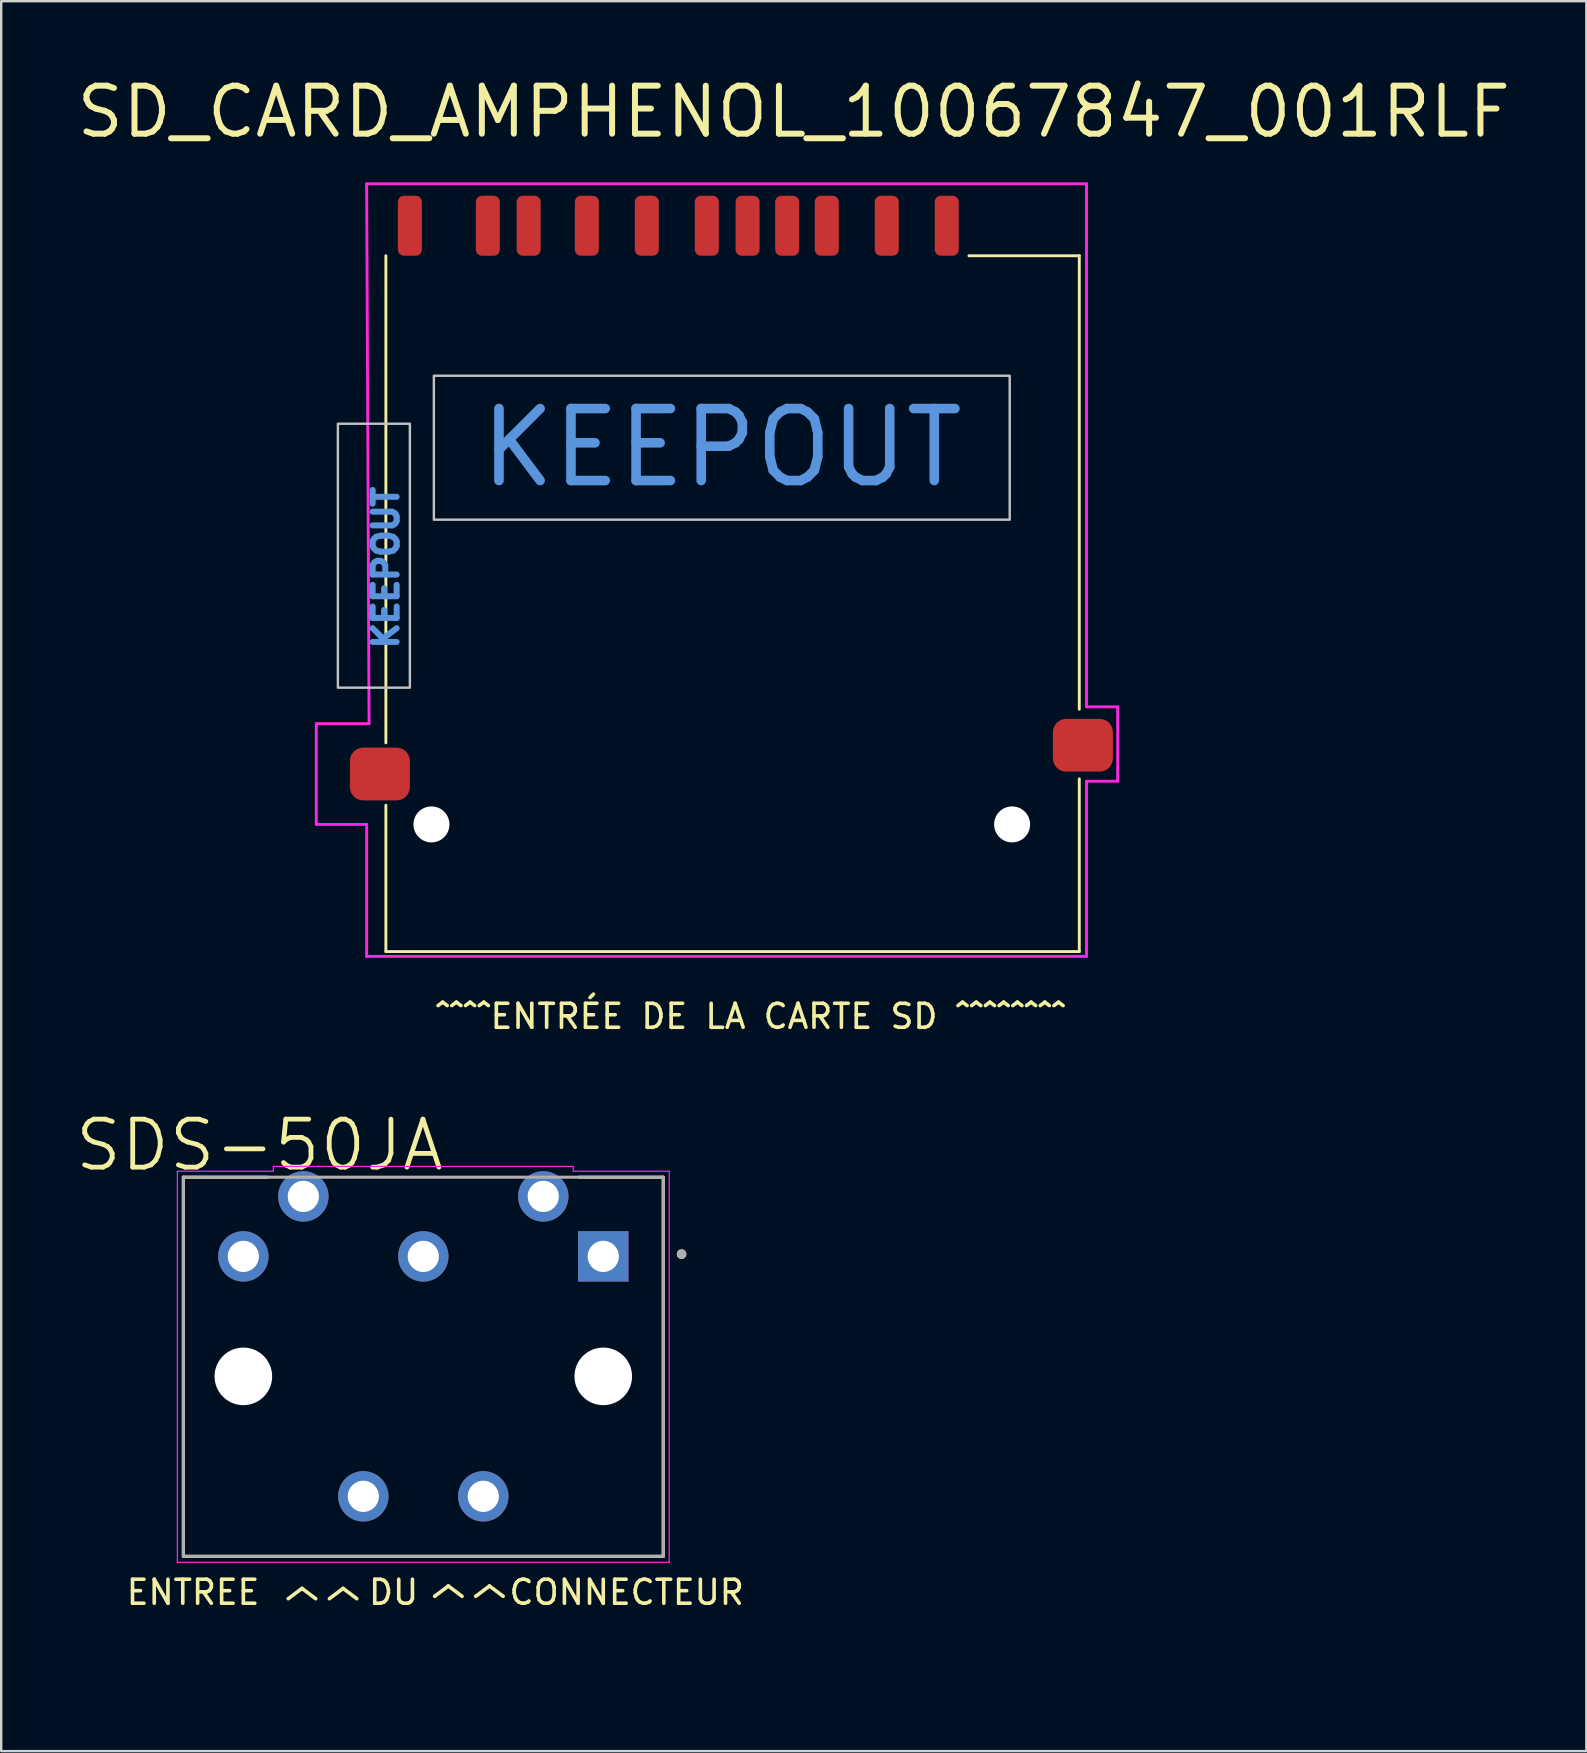
<source format=kicad_pcb>
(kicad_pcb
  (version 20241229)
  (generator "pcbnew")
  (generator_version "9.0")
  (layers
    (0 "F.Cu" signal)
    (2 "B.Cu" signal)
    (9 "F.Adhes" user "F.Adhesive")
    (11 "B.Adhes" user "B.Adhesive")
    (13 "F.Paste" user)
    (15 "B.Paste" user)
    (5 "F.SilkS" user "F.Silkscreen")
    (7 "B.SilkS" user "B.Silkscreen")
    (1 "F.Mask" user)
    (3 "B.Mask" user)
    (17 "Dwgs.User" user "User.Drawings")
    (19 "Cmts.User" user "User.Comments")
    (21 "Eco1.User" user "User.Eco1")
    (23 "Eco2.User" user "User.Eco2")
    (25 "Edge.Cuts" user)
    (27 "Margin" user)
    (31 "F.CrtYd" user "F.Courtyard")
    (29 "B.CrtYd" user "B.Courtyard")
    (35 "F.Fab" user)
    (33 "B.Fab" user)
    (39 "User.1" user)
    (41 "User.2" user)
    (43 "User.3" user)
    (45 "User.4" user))
  (footprint "SD_CARD_AMPHENOL_10067847_001RLF"
    (layer "F.Cu")
    (at 27.032 7.609)
    (property "Reference" "SD_CARD_AMPHENOL_10067847_001RLF" (at 3 -6 0) (layer "F.SilkS") (effects (font (size 2 2) (thickness 0.25))))
    (attr through_hole)
    (fp_line (start -14 20.3) (end -14 0) (stroke (width 0.12) (type solid)) (layer "F.SilkS"))
    (fp_line (start -14 29) (end -14 22.9) (stroke (width 0.12) (type solid)) (layer "F.SilkS"))
    (fp_line (start 10.3 0) (end 14.9 0) (stroke (width 0.12) (type solid)) (layer "F.SilkS"))
    (fp_line (start 14.9 0) (end 14.9 18.9) (stroke (width 0.12) (type solid)) (layer "F.SilkS"))
    (fp_line (start 14.9 21.8) (end 14.9 29) (stroke (width 0.12) (type solid)) (layer "F.SilkS"))
    (fp_line (start 14.9 29) (end -14 29) (stroke (width 0.12) (type solid)) (layer "F.SilkS"))
    (fp_poly (pts (xy -13 18) (xy -16 18) (xy -16 7) (xy -13 7)) (stroke (width 0.1) (type solid)) (fill no) (layer "Dwgs.User"))
    (fp_poly (pts (xy 12 11) (xy -12 11) (xy -12 5) (xy 12 5)) (stroke (width 0.1) (type solid)) (fill no) (layer "Dwgs.User"))
    (fp_line (start -16.9 19.5) (end -16.9 23.7) (stroke (width 0.12) (type solid)) (layer "F.CrtYd"))
    (fp_line (start -16.9 23.7) (end -14.8 23.7) (stroke (width 0.12) (type solid)) (layer "F.CrtYd"))
    (fp_line (start -14.8 -3) (end -14.8 -2.9) (stroke (width 0.12) (type solid)) (layer "F.CrtYd"))
    (fp_line (start -14.8 -2.9) (end -14.7 19.5) (stroke (width 0.12) (type solid)) (layer "F.CrtYd"))
    (fp_line (start -14.8 23.7) (end -14.8 29.2) (stroke (width 0.12) (type solid)) (layer "F.CrtYd"))
    (fp_line (start -14.8 29.2) (end 15.2 29.2) (stroke (width 0.12) (type solid)) (layer "F.CrtYd"))
    (fp_line (start -14.7 19.5) (end -16.9 19.5) (stroke (width 0.12) (type solid)) (layer "F.CrtYd"))
    (fp_line (start 15.2 -3) (end -14.8 -3) (stroke (width 0.12) (type solid)) (layer "F.CrtYd"))
    (fp_line (start 15.2 18.8) (end 15.2 -3) (stroke (width 0.12) (type solid)) (layer "F.CrtYd"))
    (fp_line (start 15.2 21.9) (end 16.5 21.9) (stroke (width 0.12) (type solid)) (layer "F.CrtYd"))
    (fp_line (start 15.2 29.2) (end 15.2 21.9) (stroke (width 0.12) (type solid)) (layer "F.CrtYd"))
    (fp_line (start 16.5 18.8) (end 15.2 18.8) (stroke (width 0.12) (type solid)) (layer "F.CrtYd"))
    (fp_line (start 16.5 21.9) (end 16.5 18.8) (stroke (width 0.12) (type solid)) (layer "F.CrtYd"))
    (fp_text user "^^^^ENTRÉE DE LA CARTE SD ^^^^^^^^" (at 1.2 31.7 0) (layer "F.SilkS") (effects (font (size 1 1) (thickness 0.15))))
    (fp_text user "KEEPOUT" (at -14 13 90) (layer "Cmts.User") (effects (font (size 1 1) (thickness 0.25))))
    (fp_text user "KEEPOUT" (at 0 8 0) (layer "Cmts.User") (effects (font (size 3 3) (thickness 0.4))))
    (pad "" np_thru_hole circle (at -12.1 23.7) (size 1.5 1.5) (drill 1.5) (layers "*.Cu" "*.Mask"))
    (pad "" np_thru_hole circle (at 12.1 23.7) (size 1.5 1.5) (drill 1.5) (layers "*.Cu" "*.Mask"))
    (pad "1" smd roundrect (at 6.875 -1.25) (size 1 2.5) (layers "F.Cu" "F.Mask" "F.Paste") (roundrect_rratio 0.25))
    (pad "2" smd roundrect (at 4.375 -1.25) (size 1 2.5) (layers "F.Cu" "F.Mask" "F.Paste") (roundrect_rratio 0.25))
    (pad "3" smd roundrect (at 1.075 -1.25) (size 1 2.5) (layers "F.Cu" "F.Mask" "F.Paste") (roundrect_rratio 0.25))
    (pad "4" smd roundrect (at -0.625 -1.25) (size 1 2.5) (layers "F.Cu" "F.Mask" "F.Paste") (roundrect_rratio 0.25))
    (pad "5" smd roundrect (at -3.125 -1.25) (size 1 2.5) (layers "F.Cu" "F.Mask" "F.Paste") (roundrect_rratio 0.25))
    (pad "6" smd roundrect (at -5.625 -1.25) (size 1 2.5) (layers "F.Cu" "F.Mask" "F.Paste") (roundrect_rratio 0.25))
    (pad "7" smd roundrect (at -8.05 -1.25) (size 1 2.5) (layers "F.Cu" "F.Mask" "F.Paste") (roundrect_rratio 0.25))
    (pad "8" smd roundrect (at -9.75 -1.25) (size 1 2.5) (layers "F.Cu" "F.Mask" "F.Paste") (roundrect_rratio 0.25))
    (pad "9" smd roundrect (at 9.375 -1.25) (size 1 2.5) (layers "F.Cu" "F.Mask" "F.Paste") (roundrect_rratio 0.25))
    (pad "10" smd roundrect (at 2.725 -1.25) (size 1 2.5) (layers "F.Cu" "F.Mask" "F.Paste") (roundrect_rratio 0.25))
    (pad "11" smd roundrect (at -13 -1.25) (size 1 2.5) (layers "F.Cu" "F.Mask" "F.Paste") (roundrect_rratio 0.25))
    (pad "12" smd roundrect (at -14.25 21.6) (size 2.5 2.2) (layers "F.Cu" "F.Mask" "F.Paste") (roundrect_rratio 0.25))
    (pad "13" smd roundrect (at 15.05 20.4) (size 2.5 2.2) (layers "F.Cu" "F.Mask" "F.Paste") (roundrect_rratio 0.25)))
  (footprint "SDS-50JA"
    (layer "F.Cu")
    (at 14.592 54.313)
    (property "Reference" "SDS-50JA" (at -6.825 -9.635 0) (layer "F.SilkS") (effects (font (size 2 2) (thickness 0.2))))
    (attr through_hole)
    (fp_line (start -10 -8.3) (end -6.5 -8.3) (stroke (width 0.127) (type solid)) (layer "F.SilkS"))
    (fp_line (start -10 7.5) (end -10 -8.3) (stroke (width 0.127) (type solid)) (layer "F.SilkS"))
    (fp_line (start -10 7.5) (end 10 7.5) (stroke (width 0.127) (type solid)) (layer "F.SilkS"))
    (fp_line (start 6.5 -8.3) (end 10 -8.3) (stroke (width 0.127) (type solid)) (layer "F.SilkS"))
    (fp_line (start 10 -8.3) (end 10 7.5) (stroke (width 0.127) (type solid)) (layer "F.SilkS"))
    (fp_circle (center 10.764 -5.094) (end 10.864 -5.094) (stroke (width 0.2) (type solid)) (fill no) (layer "F.SilkS"))
    (fp_line (start -10.25 -8.55) (end -6.25 -8.55) (stroke (width 0.05) (type solid)) (layer "F.CrtYd"))
    (fp_line (start -10.25 7.75) (end -10.25 -8.55) (stroke (width 0.05) (type solid)) (layer "F.CrtYd"))
    (fp_line (start -6.25 -8.75) (end 6.25 -8.75) (stroke (width 0.05) (type solid)) (layer "F.CrtYd"))
    (fp_line (start -6.25 -8.55) (end -6.25 -8.75) (stroke (width 0.05) (type solid)) (layer "F.CrtYd"))
    (fp_line (start 6.25 -8.75) (end 6.25 -8.55) (stroke (width 0.05) (type solid)) (layer "F.CrtYd"))
    (fp_line (start 6.25 -8.55) (end 10.25 -8.55) (stroke (width 0.05) (type solid)) (layer "F.CrtYd"))
    (fp_line (start 10.25 -8.55) (end 10.25 7.75) (stroke (width 0.05) (type solid)) (layer "F.CrtYd"))
    (fp_line (start 10.25 7.75) (end -10.25 7.75) (stroke (width 0.05) (type solid)) (layer "F.CrtYd"))
    (fp_line (start -10 -8.3) (end 10 -8.3) (stroke (width 0.127) (type solid)) (layer "F.Fab"))
    (fp_line (start -10 7.5) (end -10 -8.3) (stroke (width 0.127) (type solid)) (layer "F.Fab"))
    (fp_line (start 10 -8.3) (end 10 7.5) (stroke (width 0.127) (type solid)) (layer "F.Fab"))
    (fp_line (start 10 7.5) (end -10 7.5) (stroke (width 0.127) (type solid)) (layer "F.Fab"))
    (fp_circle (center 10.764 -5.094) (end 10.864 -5.094) (stroke (width 0.2) (type solid)) (fill no) (layer "F.Fab"))
    (fp_text user "^^" (at 1.9 10.5 0) (unlocked yes) (layer "F.SilkS") (effects (font (size 3 3) (thickness 0.15))))
    (fp_text user "^^" (at -4.2 10.6 0) (unlocked yes) (layer "F.SilkS") (effects (font (size 3 3) (thickness 0.15))))
    (fp_text user "ENTREE      DU     CONNECTEUR" (at 0.5 9 0) (unlocked yes) (layer "F.SilkS") (effects (font (size 1 1) (thickness 0.15))))
    (pad "" np_thru_hole circle (at -7.5 0) (size 2.4 2.4) (drill 2.4) (layers "*.Cu" "*.Mask"))
    (pad "" np_thru_hole circle (at 7.5 0) (size 2.4 2.4) (drill 2.4) (layers "*.Cu" "*.Mask"))
    (pad "1" thru_hole rect (at 7.5 -5) (size 2.1 2.1) (drill 1.3) (layers "*.Cu" "*.Mask"))
    (pad "2" thru_hole circle (at 0 -5) (size 2.1 2.1) (drill 1.3) (layers "*.Cu" "*.Mask"))
    (pad "3" thru_hole circle (at -7.5 -5) (size 2.1 2.1) (drill 1.3) (layers "*.Cu" "*.Mask"))
    (pad "4" thru_hole circle (at 5 -7.5) (size 2.1 2.1) (drill 1.3) (layers "*.Cu" "*.Mask"))
    (pad "5" thru_hole circle (at -5 -7.5) (size 2.1 2.1) (drill 1.3) (layers "*.Cu" "*.Mask"))
    (pad "E1" thru_hole circle (at -2.5 5) (size 2.1 2.1) (drill 1.3) (layers "*.Cu" "*.Mask"))
    (pad "E2" thru_hole circle (at 2.5 5) (size 2.1 2.1) (drill 1.3) (layers "*.Cu" "*.Mask")))
  (gr_rect
    (start -3 -3)
    (end 63.064 69.931)
    (stroke (width 0.1) (type default))
    (fill no)
    (layer "Edge.Cuts")))
</source>
